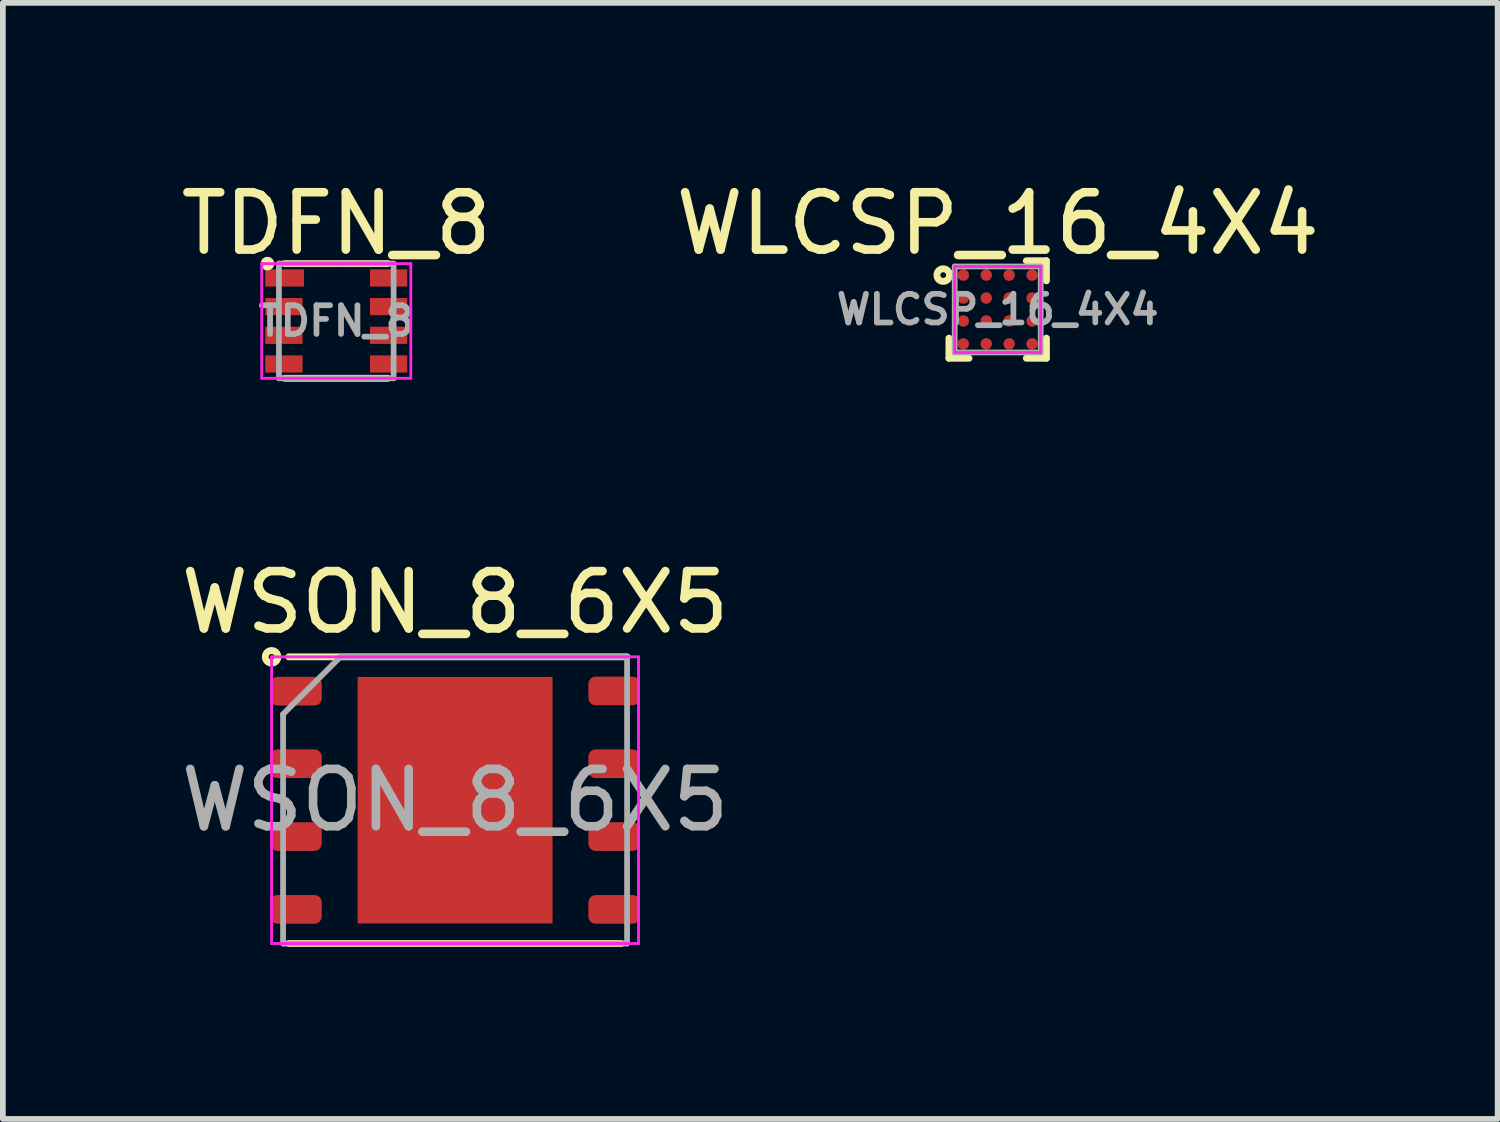
<source format=kicad_pcb>
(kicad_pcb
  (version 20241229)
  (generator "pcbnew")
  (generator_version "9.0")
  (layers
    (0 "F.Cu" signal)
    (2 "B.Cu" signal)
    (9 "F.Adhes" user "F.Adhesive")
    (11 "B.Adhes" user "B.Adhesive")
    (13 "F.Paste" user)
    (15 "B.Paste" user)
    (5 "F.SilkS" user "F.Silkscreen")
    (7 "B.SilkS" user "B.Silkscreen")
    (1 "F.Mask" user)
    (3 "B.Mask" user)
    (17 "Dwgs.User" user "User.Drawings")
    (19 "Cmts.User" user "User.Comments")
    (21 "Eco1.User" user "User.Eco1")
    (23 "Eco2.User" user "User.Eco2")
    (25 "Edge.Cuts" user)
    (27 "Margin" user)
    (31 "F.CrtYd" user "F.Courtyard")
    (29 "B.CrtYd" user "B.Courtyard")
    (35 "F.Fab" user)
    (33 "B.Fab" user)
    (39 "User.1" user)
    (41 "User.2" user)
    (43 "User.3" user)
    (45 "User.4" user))
  (footprint "WLCSP_16_4X4"
    (layer "F.Cu")
    (at 14.351 2.348)
    (property "Reference" "WLCSP_16_4X4" (at 0 -1.5 0) (unlocked yes) (layer "F.SilkS") (effects (font (size 1 1) (thickness 0.15))))
    (attr smd)
    (fp_line (start -0.85 0.85) (end -0.85 0.5) (stroke (width 0.12) (type solid)) (layer "F.SilkS"))
    (fp_line (start -0.5 0.85) (end -0.85 0.85) (stroke (width 0.12) (type solid)) (layer "F.SilkS"))
    (fp_line (start 0.5 -0.85) (end 0.85 -0.85) (stroke (width 0.12) (type solid)) (layer "F.SilkS"))
    (fp_line (start 0.85 -0.85) (end 0.85 -0.5) (stroke (width 0.12) (type solid)) (layer "F.SilkS"))
    (fp_line (start 0.85 0.5) (end 0.85 0.85) (stroke (width 0.12) (type solid)) (layer "F.SilkS"))
    (fp_line (start 0.85 0.85) (end 0.5 0.85) (stroke (width 0.12) (type solid)) (layer "F.SilkS"))
    (fp_circle (center -0.95 -0.6) (end -0.9 -0.6) (stroke (width 0.12) (type solid)) (fill no) (layer "F.SilkS"))
    (fp_line (start -0.75 -0.75) (end -0.7 -0.75) (stroke (width 0.05) (type solid)) (layer "F.CrtYd"))
    (fp_line (start -0.75 0.75) (end -0.75 -0.75) (stroke (width 0.05) (type solid)) (layer "F.CrtYd"))
    (fp_line (start -0.7 -0.75) (end 0.75 -0.75) (stroke (width 0.05) (type solid)) (layer "F.CrtYd"))
    (fp_line (start 0.75 -0.75) (end 0.75 0.75) (stroke (width 0.05) (type solid)) (layer "F.CrtYd"))
    (fp_line (start 0.75 0.75) (end -0.75 0.75) (stroke (width 0.05) (type solid)) (layer "F.CrtYd"))
    (fp_line (start -0.75 -0.75) (end 0.75 -0.75) (stroke (width 0.1) (type solid)) (layer "F.Fab"))
    (fp_line (start -0.75 0.75) (end -0.75 -0.75) (stroke (width 0.1) (type solid)) (layer "F.Fab"))
    (fp_line (start -0.7 0.75) (end -0.75 0.75) (stroke (width 0.1) (type solid)) (layer "F.Fab"))
    (fp_line (start 0.75 -0.75) (end 0.75 0.75) (stroke (width 0.1) (type solid)) (layer "F.Fab"))
    (fp_line (start 0.75 0.75) (end -0.7 0.75) (stroke (width 0.1) (type solid)) (layer "F.Fab"))
    (fp_text user "${REFERENCE}" (at 0 0 0) (unlocked yes) (layer "F.Fab") (effects (font (size 0.5 0.5) (thickness 0.1))))
    (pad "A1" smd circle (at -0.6 -0.6) (size 0.2 0.2) (layers "F.Cu" "F.Mask" "F.Paste"))
    (pad "A2" smd circle (at -0.2 -0.6) (size 0.2 0.2) (layers "F.Cu" "F.Mask" "F.Paste"))
    (pad "A3" smd circle (at 0.2 -0.6) (size 0.2 0.2) (layers "F.Cu" "F.Mask" "F.Paste"))
    (pad "A4" smd circle (at 0.6 -0.6) (size 0.2 0.2) (layers "F.Cu" "F.Mask" "F.Paste"))
    (pad "B1" smd circle (at -0.6 -0.2) (size 0.2 0.2) (layers "F.Cu" "F.Mask" "F.Paste"))
    (pad "B2" smd circle (at -0.2 -0.2) (size 0.2 0.2) (layers "F.Cu" "F.Mask" "F.Paste"))
    (pad "B3" smd circle (at 0.2 -0.2) (size 0.2 0.2) (layers "F.Cu" "F.Mask" "F.Paste"))
    (pad "B4" smd circle (at 0.6 -0.2) (size 0.2 0.2) (layers "F.Cu" "F.Mask" "F.Paste"))
    (pad "C1" smd circle (at -0.6 0.2) (size 0.2 0.2) (layers "F.Cu" "F.Mask" "F.Paste"))
    (pad "C2" smd circle (at -0.2 0.2) (size 0.2 0.2) (layers "F.Cu" "F.Mask" "F.Paste"))
    (pad "C3" smd circle (at 0.2 0.2) (size 0.2 0.2) (layers "F.Cu" "F.Mask" "F.Paste"))
    (pad "C4" smd circle (at 0.6 0.2) (size 0.2 0.2) (layers "F.Cu" "F.Mask" "F.Paste"))
    (pad "D1" smd circle (at -0.6 0.6) (size 0.2 0.2) (layers "F.Cu" "F.Mask" "F.Paste"))
    (pad "D2" smd circle (at -0.2 0.6) (size 0.2 0.2) (layers "F.Cu" "F.Mask" "F.Paste"))
    (pad "D3" smd circle (at 0.2 0.6) (size 0.2 0.2) (layers "F.Cu" "F.Mask" "F.Paste"))
    (pad "D4" smd circle (at 0.6 0.6) (size 0.2 0.2) (layers "F.Cu" "F.Mask" "F.Paste")))
  (footprint "WSON_8_6X5"
    (layer "F.Cu")
    (at 4.887 10.906)
    (property "Reference" "WSON_8_6X5" (at 0 -3.45 0) (layer "F.SilkS") (effects (font (size 1 1) (thickness 0.15))))
    (attr smd)
    (fp_line (start -2.9 -2.5) (end 3 -2.5) (stroke (width 0.12) (type solid)) (layer "F.SilkS"))
    (fp_line (start -2.9 2.5) (end 2.9 2.5) (stroke (width 0.12) (type solid)) (layer "F.SilkS"))
    (fp_circle (center -3.2 -2.5) (end -3.15 -2.5) (stroke (width 0.12) (type solid)) (fill no) (layer "F.SilkS"))
    (fp_line (start -3.2 -2.5) (end -3.2 2.5) (stroke (width 0.05) (type solid)) (layer "F.CrtYd"))
    (fp_line (start -3.2 2.5) (end 3.2 2.5) (stroke (width 0.05) (type solid)) (layer "F.CrtYd"))
    (fp_line (start 3.2 -2.5) (end -3.2 -2.5) (stroke (width 0.05) (type solid)) (layer "F.CrtYd"))
    (fp_line (start 3.2 2.5) (end 3.2 -2.5) (stroke (width 0.05) (type solid)) (layer "F.CrtYd"))
    (fp_line (start -3 -1.5) (end -2 -2.5) (stroke (width 0.1) (type solid)) (layer "F.Fab"))
    (fp_line (start -3 2.5) (end -3 -1.5) (stroke (width 0.1) (type solid)) (layer "F.Fab"))
    (fp_line (start -2 -2.5) (end 3 -2.5) (stroke (width 0.1) (type solid)) (layer "F.Fab"))
    (fp_line (start 3 -2.5) (end 3 2.5) (stroke (width 0.1) (type solid)) (layer "F.Fab"))
    (fp_line (start 3 2.5) (end -3 2.5) (stroke (width 0.1) (type solid)) (layer "F.Fab"))
    (fp_text user "${REFERENCE}" (at 0 0 0) (layer "F.Fab") (effects (font (size 1 1) (thickness 0.15))))
    (pad "" smd roundrect (at -0.85 -1.075) (size 1.37 1.73) (layers "F.Paste") (roundrect_rratio 0.182))
    (pad "" smd roundrect (at -0.85 1.075) (size 1.37 1.73) (layers "F.Paste") (roundrect_rratio 0.182))
    (pad "" smd roundrect (at 0.85 -1.075) (size 1.37 1.73) (layers "F.Paste") (roundrect_rratio 0.182))
    (pad "" smd roundrect (at 0.85 1.075) (size 1.37 1.73) (layers "F.Paste") (roundrect_rratio 0.182))
    (pad "1" smd roundrect (at -2.775 -1.9) (size 0.9 0.5) (layers "F.Cu" "F.Mask" "F.Paste") (roundrect_rratio 0.25))
    (pad "2" smd roundrect (at -2.775 -0.635) (size 0.9 0.5) (layers "F.Cu" "F.Mask" "F.Paste") (roundrect_rratio 0.25))
    (pad "3" smd roundrect (at -2.775 0.635) (size 0.9 0.5) (layers "F.Cu" "F.Mask" "F.Paste") (roundrect_rratio 0.25))
    (pad "4" smd roundrect (at -2.775 1.905) (size 0.9 0.5) (layers "F.Cu" "F.Mask" "F.Paste") (roundrect_rratio 0.25))
    (pad "5" smd roundrect (at 2.775 1.905) (size 0.9 0.5) (layers "F.Cu" "F.Mask" "F.Paste") (roundrect_rratio 0.25))
    (pad "6" smd roundrect (at 2.775 0.635) (size 0.9 0.5) (layers "F.Cu" "F.Mask" "F.Paste") (roundrect_rratio 0.25))
    (pad "7" smd roundrect (at 2.775 -0.635) (size 0.9 0.5) (layers "F.Cu" "F.Mask" "F.Paste") (roundrect_rratio 0.25))
    (pad "8" smd roundrect (at 2.775 -1.905) (size 0.9 0.5) (layers "F.Cu" "F.Mask" "F.Paste") (roundrect_rratio 0.25))
    (pad "9" smd rect (at 0 0) (size 3.4 4.3) (layers "F.Cu" "F.Mask")))
  (footprint "TDFN_8"
    (layer "F.Cu")
    (at 2.815 2.548)
    (property "Reference" "TDFN_8" (at 0 -1.7 0) (unlocked yes) (layer "F.SilkS") (effects (font (size 1 1) (thickness 0.15))))
    (attr smd)
    (fp_line (start -0.9 -1) (end 0.9 -1) (stroke (width 0.12) (type solid)) (layer "F.SilkS"))
    (fp_line (start 0.9 1) (end -0.9 1) (stroke (width 0.12) (type solid)) (layer "F.SilkS"))
    (fp_circle (center -1.2 -1) (end -1.2 -1) (stroke (width 0.12) (type solid)) (fill no) (layer "F.SilkS"))
    (fp_line (start -1.3 -1) (end 1.3 -1) (stroke (width 0.05) (type solid)) (layer "F.CrtYd"))
    (fp_line (start -1.3 1) (end -1.3 -1) (stroke (width 0.05) (type solid)) (layer "F.CrtYd"))
    (fp_line (start 1.3 -1) (end 1.3 1) (stroke (width 0.05) (type solid)) (layer "F.CrtYd"))
    (fp_line (start 1.3 1) (end -1.3 1) (stroke (width 0.05) (type solid)) (layer "F.CrtYd"))
    (fp_line (start -1 -1) (end 0 -1) (stroke (width 0.1) (type solid)) (layer "F.Fab"))
    (fp_line (start -1 1) (end -1 -1) (stroke (width 0.1) (type solid)) (layer "F.Fab"))
    (fp_line (start 0 -1) (end 1 -1) (stroke (width 0.1) (type solid)) (layer "F.Fab"))
    (fp_line (start 1 -1) (end 1 1) (stroke (width 0.1) (type solid)) (layer "F.Fab"))
    (fp_line (start 1 1) (end -1 1) (stroke (width 0.1) (type solid)) (layer "F.Fab"))
    (fp_text user "${REFERENCE}" (at 0 0 0) (unlocked yes) (layer "F.Fab") (effects (font (size 0.5 0.5) (thickness 0.1))))
    (pad "1" smd rect (at -0.9 -0.75) (size 0.675 0.3) (layers "F.Cu" "F.Mask" "F.Paste"))
    (pad "2" smd rect (at -0.913 -0.25) (size 0.65 0.3) (layers "F.Cu" "F.Mask" "F.Paste"))
    (pad "3" smd rect (at -0.913 0.25) (size 0.65 0.3) (layers "F.Cu" "F.Mask" "F.Paste"))
    (pad "4" smd rect (at -0.913 0.75) (size 0.65 0.3) (layers "F.Cu" "F.Mask" "F.Paste"))
    (pad "5" smd rect (at 0.913 0.75) (size 0.65 0.3) (layers "F.Cu" "F.Mask" "F.Paste"))
    (pad "6" smd rect (at 0.913 0.25) (size 0.65 0.3) (layers "F.Cu" "F.Mask" "F.Paste"))
    (pad "7" smd rect (at 0.913 -0.25) (size 0.65 0.3) (layers "F.Cu" "F.Mask" "F.Paste"))
    (pad "8" smd rect (at 0.913 -0.75) (size 0.65 0.3) (layers "F.Cu" "F.Mask" "F.Paste")))
  (gr_rect
    (start -3 -3)
    (end 23.071 16.466)
    (stroke (width 0.1) (type default))
    (fill no)
    (layer "Edge.Cuts")))
</source>
